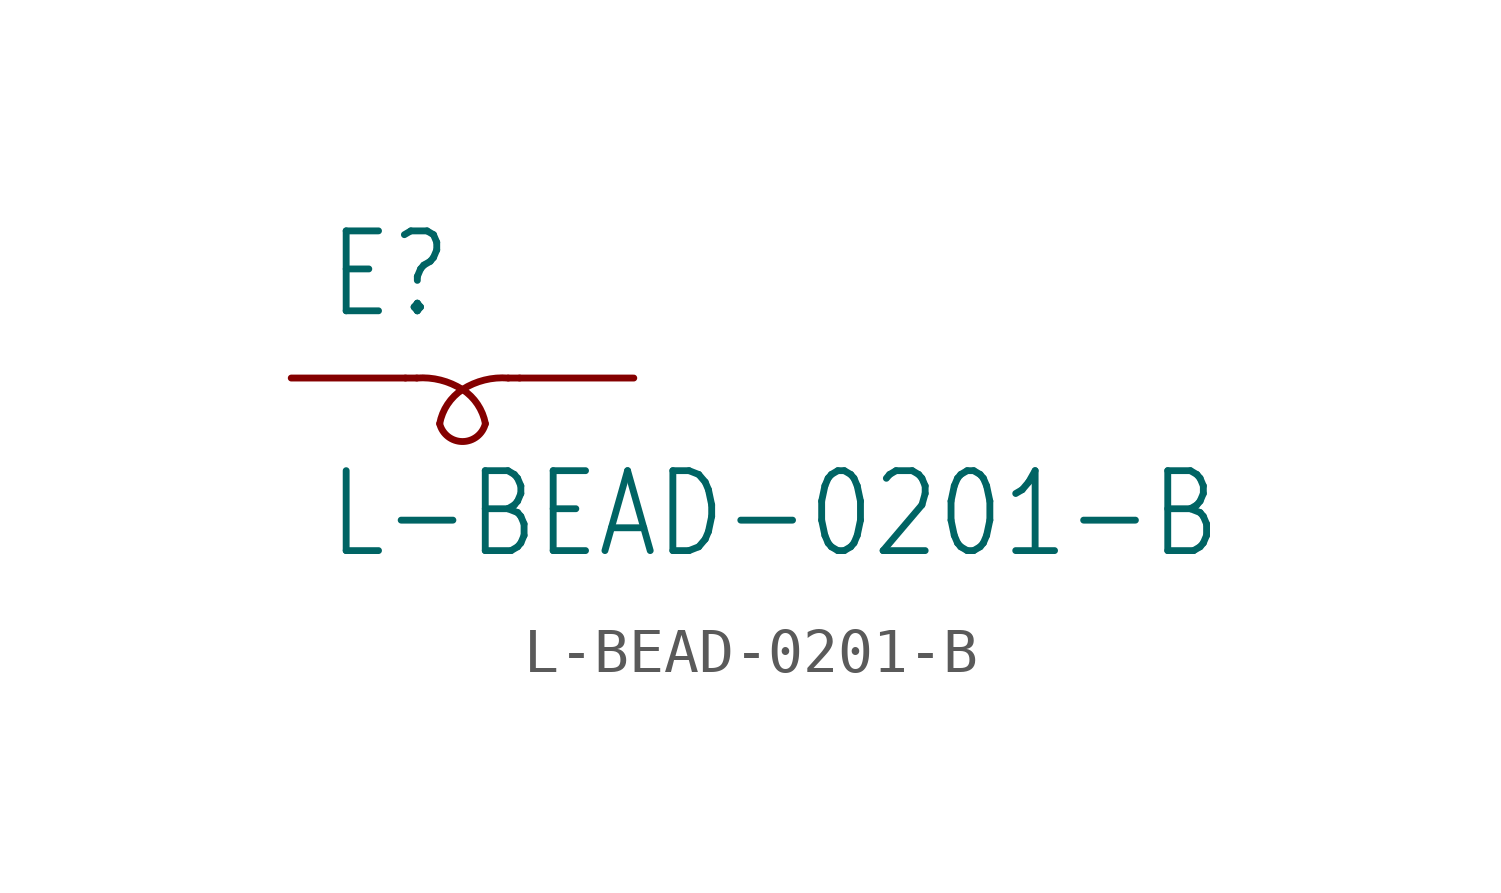
<source format=kicad_sym>
(kicad_symbol_lib
  (version 20211014)
  (generator kicad_symbol_editor)
  (symbol "L-BEAD-0201-B"
    (property "Reference" "E"
      (at -4.318 1.27 0)
      (effects (font (size 1.778 1.511)) (justify left bottom)))
    (property "Value" "L-BEAD-0201-B"
      (at -4.318 -4.064 0)
      (effects (font (size 1.778 1.511)) (justify left bottom)))
    (property "ki_locked" ""
      (at 0 0 0)
      (effects (font (size 1.27 1.27))))
    (symbol "L-BEAD-0201-B_1_0"
      (arc (start -1.778 -1.016) (mid -1.27 -1.6666) (end -0.762 -1.016) (stroke (width 0.1524) (type default) (color 0 0 0 0)) (fill (type none)))
      (arc (start -1.27 -0.254) (mid -1.7574 -0.0446) (end -2.286 0) (stroke (width 0.1524) (type default) (color 0 0 0 0)) (fill (type none)))
      (arc (start -1.27 -0.254) (mid -1.6022 -0.5829) (end -1.778 -1.016) (stroke (width 0.1524) (type default) (color 0 0 0 0)) (fill (type none)))
      (arc (start -0.762 -1.016) (mid -0.9378 -0.5828) (end -1.27 -0.254) (stroke (width 0.1524) (type default) (color 0 0 0 0)) (fill (type none)))
      (arc (start -0.254 0) (mid -0.7826 -0.0446) (end -1.27 -0.254) (stroke (width 0.1524) (type default) (color 0 0 0 0)) (fill (type none)))
      (polyline (pts (xy -2.54 0) (xy -2.286 0)) (stroke (width 0.152) (type default) (color 0 0 0 0)) (fill (type none)))
      (polyline (pts (xy -0.254 0) (xy 0 0)) (stroke (width 0.152) (type default) (color 0 0 0 0)) (fill (type none)))
      (pin passive line (at -5.08 0 0) (length 2.54) (name "1" (effects (font (size 0 0)))) (number "1" (effects (font (size 0 0)))))
      (pin passive line (at 2.54 0 180) (length 2.54) (name "2" (effects (font (size 0 0)))) (number "2" (effects (font (size 0 0))))))))
</source>
